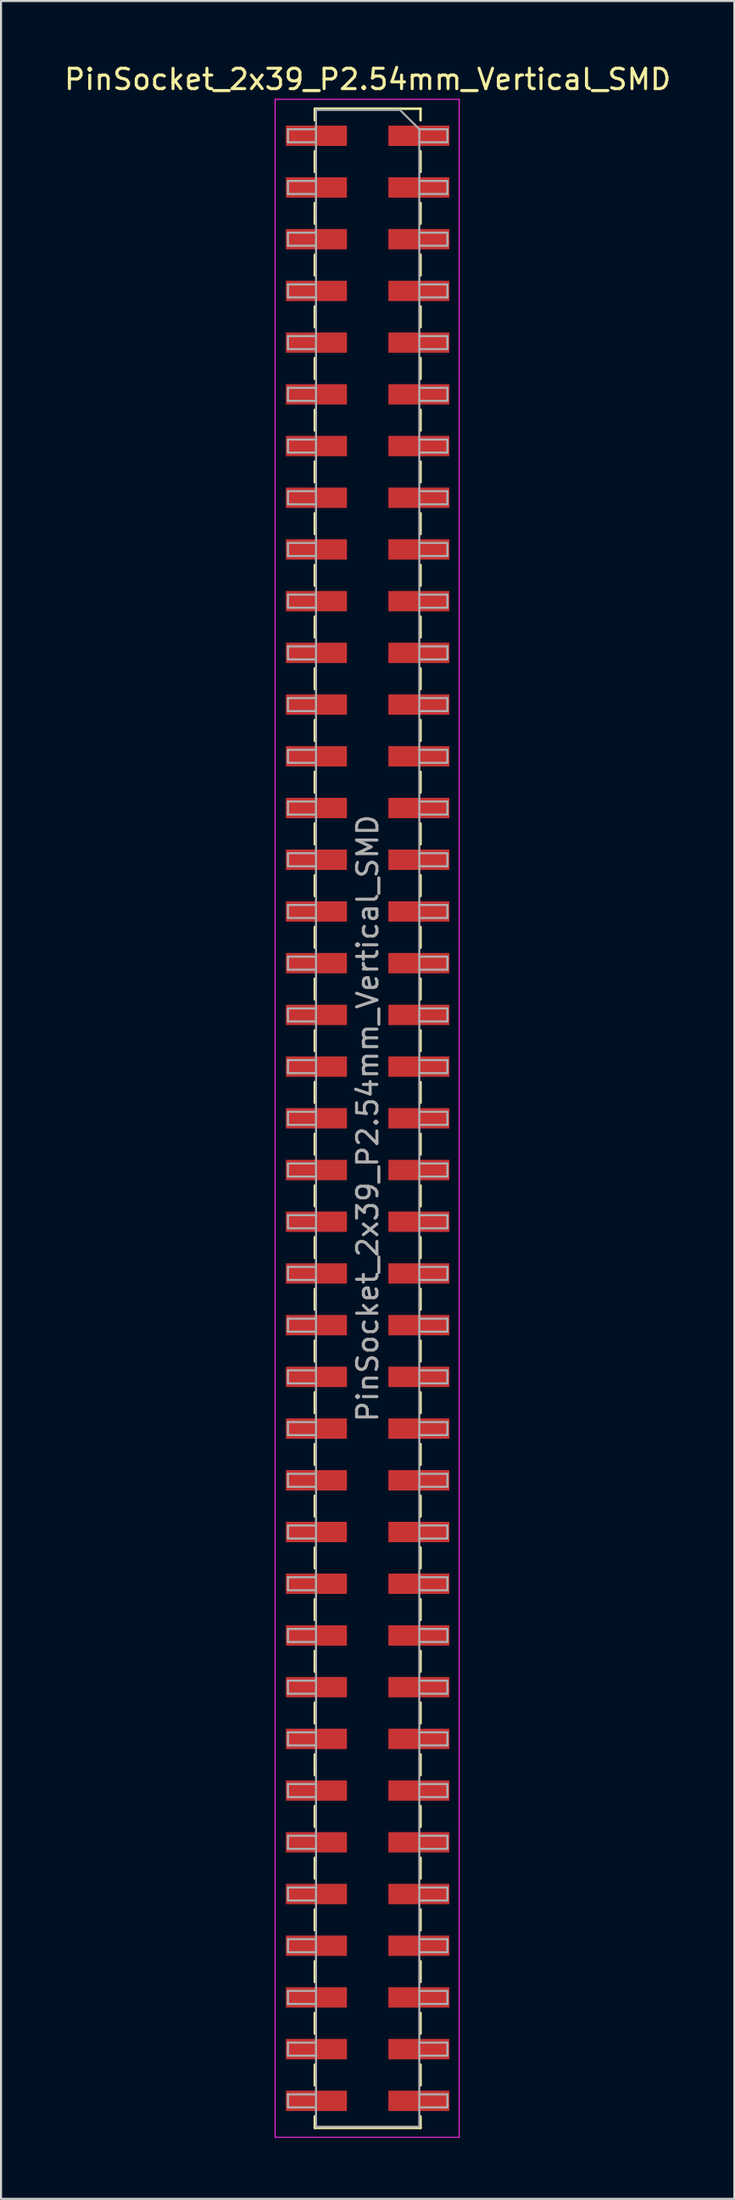
<source format=kicad_pcb>
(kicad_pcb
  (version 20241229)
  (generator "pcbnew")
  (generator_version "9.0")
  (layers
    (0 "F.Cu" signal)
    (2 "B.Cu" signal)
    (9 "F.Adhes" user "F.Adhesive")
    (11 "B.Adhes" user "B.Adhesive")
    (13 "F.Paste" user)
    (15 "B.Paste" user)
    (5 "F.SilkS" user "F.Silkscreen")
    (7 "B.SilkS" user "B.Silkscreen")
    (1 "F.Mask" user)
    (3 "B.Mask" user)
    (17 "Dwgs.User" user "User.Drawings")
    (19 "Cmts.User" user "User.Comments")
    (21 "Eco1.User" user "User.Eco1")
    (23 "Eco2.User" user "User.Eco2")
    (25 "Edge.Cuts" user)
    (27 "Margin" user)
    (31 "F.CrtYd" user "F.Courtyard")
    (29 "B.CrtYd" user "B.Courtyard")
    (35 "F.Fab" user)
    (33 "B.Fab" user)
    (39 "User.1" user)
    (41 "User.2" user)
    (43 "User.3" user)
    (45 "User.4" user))
  (footprint "PinSocket_2x39_P2.54mm_Vertical_SMD"
    (layer "F.Cu")
    (at 15.03 51.878)
    (property "Reference" "PinSocket_2x39_P2.54mm_Vertical_SMD" (at 0 -51.03 0) (layer "F.SilkS") (effects (font (size 1 1) (thickness 0.15))))
    (attr smd)
    (fp_line (start -2.6 -49.59) (end -2.6 -49.02) (stroke (width 0.12) (type solid)) (layer "F.SilkS"))
    (fp_line (start -2.6 -49.59) (end 2.6 -49.59) (stroke (width 0.12) (type solid)) (layer "F.SilkS"))
    (fp_line (start -2.6 -47.5) (end -2.6 -46.48) (stroke (width 0.12) (type solid)) (layer "F.SilkS"))
    (fp_line (start -2.6 -44.96) (end -2.6 -43.94) (stroke (width 0.12) (type solid)) (layer "F.SilkS"))
    (fp_line (start -2.6 -42.42) (end -2.6 -41.4) (stroke (width 0.12) (type solid)) (layer "F.SilkS"))
    (fp_line (start -2.6 -39.88) (end -2.6 -38.86) (stroke (width 0.12) (type solid)) (layer "F.SilkS"))
    (fp_line (start -2.6 -37.34) (end -2.6 -36.32) (stroke (width 0.12) (type solid)) (layer "F.SilkS"))
    (fp_line (start -2.6 -34.8) (end -2.6 -33.78) (stroke (width 0.12) (type solid)) (layer "F.SilkS"))
    (fp_line (start -2.6 -32.26) (end -2.6 -31.24) (stroke (width 0.12) (type solid)) (layer "F.SilkS"))
    (fp_line (start -2.6 -29.72) (end -2.6 -28.7) (stroke (width 0.12) (type solid)) (layer "F.SilkS"))
    (fp_line (start -2.6 -27.18) (end -2.6 -26.16) (stroke (width 0.12) (type solid)) (layer "F.SilkS"))
    (fp_line (start -2.6 -24.64) (end -2.6 -23.62) (stroke (width 0.12) (type solid)) (layer "F.SilkS"))
    (fp_line (start -2.6 -22.1) (end -2.6 -21.08) (stroke (width 0.12) (type solid)) (layer "F.SilkS"))
    (fp_line (start -2.6 -19.56) (end -2.6 -18.54) (stroke (width 0.12) (type solid)) (layer "F.SilkS"))
    (fp_line (start -2.6 -17.02) (end -2.6 -16) (stroke (width 0.12) (type solid)) (layer "F.SilkS"))
    (fp_line (start -2.6 -14.48) (end -2.6 -13.46) (stroke (width 0.12) (type solid)) (layer "F.SilkS"))
    (fp_line (start -2.6 -11.94) (end -2.6 -10.92) (stroke (width 0.12) (type solid)) (layer "F.SilkS"))
    (fp_line (start -2.6 -9.4) (end -2.6 -8.38) (stroke (width 0.12) (type solid)) (layer "F.SilkS"))
    (fp_line (start -2.6 -6.86) (end -2.6 -5.84) (stroke (width 0.12) (type solid)) (layer "F.SilkS"))
    (fp_line (start -2.6 -4.32) (end -2.6 -3.3) (stroke (width 0.12) (type solid)) (layer "F.SilkS"))
    (fp_line (start -2.6 -1.78) (end -2.6 -0.76) (stroke (width 0.12) (type solid)) (layer "F.SilkS"))
    (fp_line (start -2.6 0.76) (end -2.6 1.78) (stroke (width 0.12) (type solid)) (layer "F.SilkS"))
    (fp_line (start -2.6 3.3) (end -2.6 4.32) (stroke (width 0.12) (type solid)) (layer "F.SilkS"))
    (fp_line (start -2.6 5.84) (end -2.6 6.86) (stroke (width 0.12) (type solid)) (layer "F.SilkS"))
    (fp_line (start -2.6 8.38) (end -2.6 9.4) (stroke (width 0.12) (type solid)) (layer "F.SilkS"))
    (fp_line (start -2.6 10.92) (end -2.6 11.94) (stroke (width 0.12) (type solid)) (layer "F.SilkS"))
    (fp_line (start -2.6 13.46) (end -2.6 14.48) (stroke (width 0.12) (type solid)) (layer "F.SilkS"))
    (fp_line (start -2.6 16) (end -2.6 17.02) (stroke (width 0.12) (type solid)) (layer "F.SilkS"))
    (fp_line (start -2.6 18.54) (end -2.6 19.56) (stroke (width 0.12) (type solid)) (layer "F.SilkS"))
    (fp_line (start -2.6 21.08) (end -2.6 22.1) (stroke (width 0.12) (type solid)) (layer "F.SilkS"))
    (fp_line (start -2.6 23.62) (end -2.6 24.64) (stroke (width 0.12) (type solid)) (layer "F.SilkS"))
    (fp_line (start -2.6 26.16) (end -2.6 27.18) (stroke (width 0.12) (type solid)) (layer "F.SilkS"))
    (fp_line (start -2.6 28.7) (end -2.6 29.72) (stroke (width 0.12) (type solid)) (layer "F.SilkS"))
    (fp_line (start -2.6 31.24) (end -2.6 32.26) (stroke (width 0.12) (type solid)) (layer "F.SilkS"))
    (fp_line (start -2.6 33.78) (end -2.6 34.8) (stroke (width 0.12) (type solid)) (layer "F.SilkS"))
    (fp_line (start -2.6 36.32) (end -2.6 37.34) (stroke (width 0.12) (type solid)) (layer "F.SilkS"))
    (fp_line (start -2.6 38.86) (end -2.6 39.88) (stroke (width 0.12) (type solid)) (layer "F.SilkS"))
    (fp_line (start -2.6 41.4) (end -2.6 42.42) (stroke (width 0.12) (type solid)) (layer "F.SilkS"))
    (fp_line (start -2.6 43.94) (end -2.6 44.96) (stroke (width 0.12) (type solid)) (layer "F.SilkS"))
    (fp_line (start -2.6 46.48) (end -2.6 47.5) (stroke (width 0.12) (type solid)) (layer "F.SilkS"))
    (fp_line (start -2.6 49.02) (end -2.6 49.59) (stroke (width 0.12) (type solid)) (layer "F.SilkS"))
    (fp_line (start -2.6 49.59) (end 2.6 49.59) (stroke (width 0.12) (type solid)) (layer "F.SilkS"))
    (fp_line (start 2.6 -49.59) (end 2.6 -49.02) (stroke (width 0.12) (type solid)) (layer "F.SilkS"))
    (fp_line (start 2.6 -47.5) (end 2.6 -46.48) (stroke (width 0.12) (type solid)) (layer "F.SilkS"))
    (fp_line (start 2.6 -44.96) (end 2.6 -43.94) (stroke (width 0.12) (type solid)) (layer "F.SilkS"))
    (fp_line (start 2.6 -42.42) (end 2.6 -41.4) (stroke (width 0.12) (type solid)) (layer "F.SilkS"))
    (fp_line (start 2.6 -39.88) (end 2.6 -38.86) (stroke (width 0.12) (type solid)) (layer "F.SilkS"))
    (fp_line (start 2.6 -37.34) (end 2.6 -36.32) (stroke (width 0.12) (type solid)) (layer "F.SilkS"))
    (fp_line (start 2.6 -34.8) (end 2.6 -33.78) (stroke (width 0.12) (type solid)) (layer "F.SilkS"))
    (fp_line (start 2.6 -32.26) (end 2.6 -31.24) (stroke (width 0.12) (type solid)) (layer "F.SilkS"))
    (fp_line (start 2.6 -29.72) (end 2.6 -28.7) (stroke (width 0.12) (type solid)) (layer "F.SilkS"))
    (fp_line (start 2.6 -27.18) (end 2.6 -26.16) (stroke (width 0.12) (type solid)) (layer "F.SilkS"))
    (fp_line (start 2.6 -24.64) (end 2.6 -23.62) (stroke (width 0.12) (type solid)) (layer "F.SilkS"))
    (fp_line (start 2.6 -22.1) (end 2.6 -21.08) (stroke (width 0.12) (type solid)) (layer "F.SilkS"))
    (fp_line (start 2.6 -19.56) (end 2.6 -18.54) (stroke (width 0.12) (type solid)) (layer "F.SilkS"))
    (fp_line (start 2.6 -17.02) (end 2.6 -16) (stroke (width 0.12) (type solid)) (layer "F.SilkS"))
    (fp_line (start 2.6 -14.48) (end 2.6 -13.46) (stroke (width 0.12) (type solid)) (layer "F.SilkS"))
    (fp_line (start 2.6 -11.94) (end 2.6 -10.92) (stroke (width 0.12) (type solid)) (layer "F.SilkS"))
    (fp_line (start 2.6 -9.4) (end 2.6 -8.38) (stroke (width 0.12) (type solid)) (layer "F.SilkS"))
    (fp_line (start 2.6 -6.86) (end 2.6 -5.84) (stroke (width 0.12) (type solid)) (layer "F.SilkS"))
    (fp_line (start 2.6 -4.32) (end 2.6 -3.3) (stroke (width 0.12) (type solid)) (layer "F.SilkS"))
    (fp_line (start 2.6 -1.78) (end 2.6 -0.76) (stroke (width 0.12) (type solid)) (layer "F.SilkS"))
    (fp_line (start 2.6 0.76) (end 2.6 1.78) (stroke (width 0.12) (type solid)) (layer "F.SilkS"))
    (fp_line (start 2.6 3.3) (end 2.6 4.32) (stroke (width 0.12) (type solid)) (layer "F.SilkS"))
    (fp_line (start 2.6 5.84) (end 2.6 6.86) (stroke (width 0.12) (type solid)) (layer "F.SilkS"))
    (fp_line (start 2.6 8.38) (end 2.6 9.4) (stroke (width 0.12) (type solid)) (layer "F.SilkS"))
    (fp_line (start 2.6 10.92) (end 2.6 11.94) (stroke (width 0.12) (type solid)) (layer "F.SilkS"))
    (fp_line (start 2.6 13.46) (end 2.6 14.48) (stroke (width 0.12) (type solid)) (layer "F.SilkS"))
    (fp_line (start 2.6 16) (end 2.6 17.02) (stroke (width 0.12) (type solid)) (layer "F.SilkS"))
    (fp_line (start 2.6 18.54) (end 2.6 19.56) (stroke (width 0.12) (type solid)) (layer "F.SilkS"))
    (fp_line (start 2.6 21.08) (end 2.6 22.1) (stroke (width 0.12) (type solid)) (layer "F.SilkS"))
    (fp_line (start 2.6 23.62) (end 2.6 24.64) (stroke (width 0.12) (type solid)) (layer "F.SilkS"))
    (fp_line (start 2.6 26.16) (end 2.6 27.18) (stroke (width 0.12) (type solid)) (layer "F.SilkS"))
    (fp_line (start 2.6 28.7) (end 2.6 29.72) (stroke (width 0.12) (type solid)) (layer "F.SilkS"))
    (fp_line (start 2.6 31.24) (end 2.6 32.26) (stroke (width 0.12) (type solid)) (layer "F.SilkS"))
    (fp_line (start 2.6 33.78) (end 2.6 34.8) (stroke (width 0.12) (type solid)) (layer "F.SilkS"))
    (fp_line (start 2.6 36.32) (end 2.6 37.34) (stroke (width 0.12) (type solid)) (layer "F.SilkS"))
    (fp_line (start 2.6 38.86) (end 2.6 39.88) (stroke (width 0.12) (type solid)) (layer "F.SilkS"))
    (fp_line (start 2.6 41.4) (end 2.6 42.42) (stroke (width 0.12) (type solid)) (layer "F.SilkS"))
    (fp_line (start 2.6 43.94) (end 2.6 44.96) (stroke (width 0.12) (type solid)) (layer "F.SilkS"))
    (fp_line (start 2.6 46.48) (end 2.6 47.5) (stroke (width 0.12) (type solid)) (layer "F.SilkS"))
    (fp_line (start 2.6 49.02) (end 2.6 49.59) (stroke (width 0.12) (type solid)) (layer "F.SilkS"))
    (fp_line (start -4.55 -50.05) (end 4.5 -50.05) (stroke (width 0.05) (type solid)) (layer "F.CrtYd"))
    (fp_line (start -4.55 50.05) (end -4.55 -50.05) (stroke (width 0.05) (type solid)) (layer "F.CrtYd"))
    (fp_line (start 4.5 -50.05) (end 4.5 50.05) (stroke (width 0.05) (type solid)) (layer "F.CrtYd"))
    (fp_line (start 4.5 50.05) (end -4.55 50.05) (stroke (width 0.05) (type solid)) (layer "F.CrtYd"))
    (fp_line (start -3.92 -48.58) (end -2.54 -48.58) (stroke (width 0.1) (type solid)) (layer "F.Fab"))
    (fp_line (start -3.92 -47.94) (end -3.92 -48.58) (stroke (width 0.1) (type solid)) (layer "F.Fab"))
    (fp_line (start -3.92 -46.04) (end -2.54 -46.04) (stroke (width 0.1) (type solid)) (layer "F.Fab"))
    (fp_line (start -3.92 -45.4) (end -3.92 -46.04) (stroke (width 0.1) (type solid)) (layer "F.Fab"))
    (fp_line (start -3.92 -43.5) (end -2.54 -43.5) (stroke (width 0.1) (type solid)) (layer "F.Fab"))
    (fp_line (start -3.92 -42.86) (end -3.92 -43.5) (stroke (width 0.1) (type solid)) (layer "F.Fab"))
    (fp_line (start -3.92 -40.96) (end -2.54 -40.96) (stroke (width 0.1) (type solid)) (layer "F.Fab"))
    (fp_line (start -3.92 -40.32) (end -3.92 -40.96) (stroke (width 0.1) (type solid)) (layer "F.Fab"))
    (fp_line (start -3.92 -38.42) (end -2.54 -38.42) (stroke (width 0.1) (type solid)) (layer "F.Fab"))
    (fp_line (start -3.92 -37.78) (end -3.92 -38.42) (stroke (width 0.1) (type solid)) (layer "F.Fab"))
    (fp_line (start -3.92 -35.88) (end -2.54 -35.88) (stroke (width 0.1) (type solid)) (layer "F.Fab"))
    (fp_line (start -3.92 -35.24) (end -3.92 -35.88) (stroke (width 0.1) (type solid)) (layer "F.Fab"))
    (fp_line (start -3.92 -33.34) (end -2.54 -33.34) (stroke (width 0.1) (type solid)) (layer "F.Fab"))
    (fp_line (start -3.92 -32.7) (end -3.92 -33.34) (stroke (width 0.1) (type solid)) (layer "F.Fab"))
    (fp_line (start -3.92 -30.8) (end -2.54 -30.8) (stroke (width 0.1) (type solid)) (layer "F.Fab"))
    (fp_line (start -3.92 -30.16) (end -3.92 -30.8) (stroke (width 0.1) (type solid)) (layer "F.Fab"))
    (fp_line (start -3.92 -28.26) (end -2.54 -28.26) (stroke (width 0.1) (type solid)) (layer "F.Fab"))
    (fp_line (start -3.92 -27.62) (end -3.92 -28.26) (stroke (width 0.1) (type solid)) (layer "F.Fab"))
    (fp_line (start -3.92 -25.72) (end -2.54 -25.72) (stroke (width 0.1) (type solid)) (layer "F.Fab"))
    (fp_line (start -3.92 -25.08) (end -3.92 -25.72) (stroke (width 0.1) (type solid)) (layer "F.Fab"))
    (fp_line (start -3.92 -23.18) (end -2.54 -23.18) (stroke (width 0.1) (type solid)) (layer "F.Fab"))
    (fp_line (start -3.92 -22.54) (end -3.92 -23.18) (stroke (width 0.1) (type solid)) (layer "F.Fab"))
    (fp_line (start -3.92 -20.64) (end -2.54 -20.64) (stroke (width 0.1) (type solid)) (layer "F.Fab"))
    (fp_line (start -3.92 -20) (end -3.92 -20.64) (stroke (width 0.1) (type solid)) (layer "F.Fab"))
    (fp_line (start -3.92 -18.1) (end -2.54 -18.1) (stroke (width 0.1) (type solid)) (layer "F.Fab"))
    (fp_line (start -3.92 -17.46) (end -3.92 -18.1) (stroke (width 0.1) (type solid)) (layer "F.Fab"))
    (fp_line (start -3.92 -15.56) (end -2.54 -15.56) (stroke (width 0.1) (type solid)) (layer "F.Fab"))
    (fp_line (start -3.92 -14.92) (end -3.92 -15.56) (stroke (width 0.1) (type solid)) (layer "F.Fab"))
    (fp_line (start -3.92 -13.02) (end -2.54 -13.02) (stroke (width 0.1) (type solid)) (layer "F.Fab"))
    (fp_line (start -3.92 -12.38) (end -3.92 -13.02) (stroke (width 0.1) (type solid)) (layer "F.Fab"))
    (fp_line (start -3.92 -10.48) (end -2.54 -10.48) (stroke (width 0.1) (type solid)) (layer "F.Fab"))
    (fp_line (start -3.92 -9.84) (end -3.92 -10.48) (stroke (width 0.1) (type solid)) (layer "F.Fab"))
    (fp_line (start -3.92 -7.94) (end -2.54 -7.94) (stroke (width 0.1) (type solid)) (layer "F.Fab"))
    (fp_line (start -3.92 -7.3) (end -3.92 -7.94) (stroke (width 0.1) (type solid)) (layer "F.Fab"))
    (fp_line (start -3.92 -5.4) (end -2.54 -5.4) (stroke (width 0.1) (type solid)) (layer "F.Fab"))
    (fp_line (start -3.92 -4.76) (end -3.92 -5.4) (stroke (width 0.1) (type solid)) (layer "F.Fab"))
    (fp_line (start -3.92 -2.86) (end -2.54 -2.86) (stroke (width 0.1) (type solid)) (layer "F.Fab"))
    (fp_line (start -3.92 -2.22) (end -3.92 -2.86) (stroke (width 0.1) (type solid)) (layer "F.Fab"))
    (fp_line (start -3.92 -0.32) (end -2.54 -0.32) (stroke (width 0.1) (type solid)) (layer "F.Fab"))
    (fp_line (start -3.92 0.32) (end -3.92 -0.32) (stroke (width 0.1) (type solid)) (layer "F.Fab"))
    (fp_line (start -3.92 2.22) (end -2.54 2.22) (stroke (width 0.1) (type solid)) (layer "F.Fab"))
    (fp_line (start -3.92 2.86) (end -3.92 2.22) (stroke (width 0.1) (type solid)) (layer "F.Fab"))
    (fp_line (start -3.92 4.76) (end -2.54 4.76) (stroke (width 0.1) (type solid)) (layer "F.Fab"))
    (fp_line (start -3.92 5.4) (end -3.92 4.76) (stroke (width 0.1) (type solid)) (layer "F.Fab"))
    (fp_line (start -3.92 7.3) (end -2.54 7.3) (stroke (width 0.1) (type solid)) (layer "F.Fab"))
    (fp_line (start -3.92 7.94) (end -3.92 7.3) (stroke (width 0.1) (type solid)) (layer "F.Fab"))
    (fp_line (start -3.92 9.84) (end -2.54 9.84) (stroke (width 0.1) (type solid)) (layer "F.Fab"))
    (fp_line (start -3.92 10.48) (end -3.92 9.84) (stroke (width 0.1) (type solid)) (layer "F.Fab"))
    (fp_line (start -3.92 12.38) (end -2.54 12.38) (stroke (width 0.1) (type solid)) (layer "F.Fab"))
    (fp_line (start -3.92 13.02) (end -3.92 12.38) (stroke (width 0.1) (type solid)) (layer "F.Fab"))
    (fp_line (start -3.92 14.92) (end -2.54 14.92) (stroke (width 0.1) (type solid)) (layer "F.Fab"))
    (fp_line (start -3.92 15.56) (end -3.92 14.92) (stroke (width 0.1) (type solid)) (layer "F.Fab"))
    (fp_line (start -3.92 17.46) (end -2.54 17.46) (stroke (width 0.1) (type solid)) (layer "F.Fab"))
    (fp_line (start -3.92 18.1) (end -3.92 17.46) (stroke (width 0.1) (type solid)) (layer "F.Fab"))
    (fp_line (start -3.92 20) (end -2.54 20) (stroke (width 0.1) (type solid)) (layer "F.Fab"))
    (fp_line (start -3.92 20.64) (end -3.92 20) (stroke (width 0.1) (type solid)) (layer "F.Fab"))
    (fp_line (start -3.92 22.54) (end -2.54 22.54) (stroke (width 0.1) (type solid)) (layer "F.Fab"))
    (fp_line (start -3.92 23.18) (end -3.92 22.54) (stroke (width 0.1) (type solid)) (layer "F.Fab"))
    (fp_line (start -3.92 25.08) (end -2.54 25.08) (stroke (width 0.1) (type solid)) (layer "F.Fab"))
    (fp_line (start -3.92 25.72) (end -3.92 25.08) (stroke (width 0.1) (type solid)) (layer "F.Fab"))
    (fp_line (start -3.92 27.62) (end -2.54 27.62) (stroke (width 0.1) (type solid)) (layer "F.Fab"))
    (fp_line (start -3.92 28.26) (end -3.92 27.62) (stroke (width 0.1) (type solid)) (layer "F.Fab"))
    (fp_line (start -3.92 30.16) (end -2.54 30.16) (stroke (width 0.1) (type solid)) (layer "F.Fab"))
    (fp_line (start -3.92 30.8) (end -3.92 30.16) (stroke (width 0.1) (type solid)) (layer "F.Fab"))
    (fp_line (start -3.92 32.7) (end -2.54 32.7) (stroke (width 0.1) (type solid)) (layer "F.Fab"))
    (fp_line (start -3.92 33.34) (end -3.92 32.7) (stroke (width 0.1) (type solid)) (layer "F.Fab"))
    (fp_line (start -3.92 35.24) (end -2.54 35.24) (stroke (width 0.1) (type solid)) (layer "F.Fab"))
    (fp_line (start -3.92 35.88) (end -3.92 35.24) (stroke (width 0.1) (type solid)) (layer "F.Fab"))
    (fp_line (start -3.92 37.78) (end -2.54 37.78) (stroke (width 0.1) (type solid)) (layer "F.Fab"))
    (fp_line (start -3.92 38.42) (end -3.92 37.78) (stroke (width 0.1) (type solid)) (layer "F.Fab"))
    (fp_line (start -3.92 40.32) (end -2.54 40.32) (stroke (width 0.1) (type solid)) (layer "F.Fab"))
    (fp_line (start -3.92 40.96) (end -3.92 40.32) (stroke (width 0.1) (type solid)) (layer "F.Fab"))
    (fp_line (start -3.92 42.86) (end -2.54 42.86) (stroke (width 0.1) (type solid)) (layer "F.Fab"))
    (fp_line (start -3.92 43.5) (end -3.92 42.86) (stroke (width 0.1) (type solid)) (layer "F.Fab"))
    (fp_line (start -3.92 45.4) (end -2.54 45.4) (stroke (width 0.1) (type solid)) (layer "F.Fab"))
    (fp_line (start -3.92 46.04) (end -3.92 45.4) (stroke (width 0.1) (type solid)) (layer "F.Fab"))
    (fp_line (start -3.92 47.94) (end -2.54 47.94) (stroke (width 0.1) (type solid)) (layer "F.Fab"))
    (fp_line (start -3.92 48.58) (end -3.92 47.94) (stroke (width 0.1) (type solid)) (layer "F.Fab"))
    (fp_line (start -2.54 -49.53) (end 1.59 -49.53) (stroke (width 0.1) (type solid)) (layer "F.Fab"))
    (fp_line (start -2.54 -47.94) (end -3.92 -47.94) (stroke (width 0.1) (type solid)) (layer "F.Fab"))
    (fp_line (start -2.54 -45.4) (end -3.92 -45.4) (stroke (width 0.1) (type solid)) (layer "F.Fab"))
    (fp_line (start -2.54 -42.86) (end -3.92 -42.86) (stroke (width 0.1) (type solid)) (layer "F.Fab"))
    (fp_line (start -2.54 -40.32) (end -3.92 -40.32) (stroke (width 0.1) (type solid)) (layer "F.Fab"))
    (fp_line (start -2.54 -37.78) (end -3.92 -37.78) (stroke (width 0.1) (type solid)) (layer "F.Fab"))
    (fp_line (start -2.54 -35.24) (end -3.92 -35.24) (stroke (width 0.1) (type solid)) (layer "F.Fab"))
    (fp_line (start -2.54 -32.7) (end -3.92 -32.7) (stroke (width 0.1) (type solid)) (layer "F.Fab"))
    (fp_line (start -2.54 -30.16) (end -3.92 -30.16) (stroke (width 0.1) (type solid)) (layer "F.Fab"))
    (fp_line (start -2.54 -27.62) (end -3.92 -27.62) (stroke (width 0.1) (type solid)) (layer "F.Fab"))
    (fp_line (start -2.54 -25.08) (end -3.92 -25.08) (stroke (width 0.1) (type solid)) (layer "F.Fab"))
    (fp_line (start -2.54 -22.54) (end -3.92 -22.54) (stroke (width 0.1) (type solid)) (layer "F.Fab"))
    (fp_line (start -2.54 -20) (end -3.92 -20) (stroke (width 0.1) (type solid)) (layer "F.Fab"))
    (fp_line (start -2.54 -17.46) (end -3.92 -17.46) (stroke (width 0.1) (type solid)) (layer "F.Fab"))
    (fp_line (start -2.54 -14.92) (end -3.92 -14.92) (stroke (width 0.1) (type solid)) (layer "F.Fab"))
    (fp_line (start -2.54 -12.38) (end -3.92 -12.38) (stroke (width 0.1) (type solid)) (layer "F.Fab"))
    (fp_line (start -2.54 -9.84) (end -3.92 -9.84) (stroke (width 0.1) (type solid)) (layer "F.Fab"))
    (fp_line (start -2.54 -7.3) (end -3.92 -7.3) (stroke (width 0.1) (type solid)) (layer "F.Fab"))
    (fp_line (start -2.54 -4.76) (end -3.92 -4.76) (stroke (width 0.1) (type solid)) (layer "F.Fab"))
    (fp_line (start -2.54 -2.22) (end -3.92 -2.22) (stroke (width 0.1) (type solid)) (layer "F.Fab"))
    (fp_line (start -2.54 0.32) (end -3.92 0.32) (stroke (width 0.1) (type solid)) (layer "F.Fab"))
    (fp_line (start -2.54 2.86) (end -3.92 2.86) (stroke (width 0.1) (type solid)) (layer "F.Fab"))
    (fp_line (start -2.54 5.4) (end -3.92 5.4) (stroke (width 0.1) (type solid)) (layer "F.Fab"))
    (fp_line (start -2.54 7.94) (end -3.92 7.94) (stroke (width 0.1) (type solid)) (layer "F.Fab"))
    (fp_line (start -2.54 10.48) (end -3.92 10.48) (stroke (width 0.1) (type solid)) (layer "F.Fab"))
    (fp_line (start -2.54 13.02) (end -3.92 13.02) (stroke (width 0.1) (type solid)) (layer "F.Fab"))
    (fp_line (start -2.54 15.56) (end -3.92 15.56) (stroke (width 0.1) (type solid)) (layer "F.Fab"))
    (fp_line (start -2.54 18.1) (end -3.92 18.1) (stroke (width 0.1) (type solid)) (layer "F.Fab"))
    (fp_line (start -2.54 20.64) (end -3.92 20.64) (stroke (width 0.1) (type solid)) (layer "F.Fab"))
    (fp_line (start -2.54 23.18) (end -3.92 23.18) (stroke (width 0.1) (type solid)) (layer "F.Fab"))
    (fp_line (start -2.54 25.72) (end -3.92 25.72) (stroke (width 0.1) (type solid)) (layer "F.Fab"))
    (fp_line (start -2.54 28.26) (end -3.92 28.26) (stroke (width 0.1) (type solid)) (layer "F.Fab"))
    (fp_line (start -2.54 30.8) (end -3.92 30.8) (stroke (width 0.1) (type solid)) (layer "F.Fab"))
    (fp_line (start -2.54 33.34) (end -3.92 33.34) (stroke (width 0.1) (type solid)) (layer "F.Fab"))
    (fp_line (start -2.54 35.88) (end -3.92 35.88) (stroke (width 0.1) (type solid)) (layer "F.Fab"))
    (fp_line (start -2.54 38.42) (end -3.92 38.42) (stroke (width 0.1) (type solid)) (layer "F.Fab"))
    (fp_line (start -2.54 40.96) (end -3.92 40.96) (stroke (width 0.1) (type solid)) (layer "F.Fab"))
    (fp_line (start -2.54 43.5) (end -3.92 43.5) (stroke (width 0.1) (type solid)) (layer "F.Fab"))
    (fp_line (start -2.54 46.04) (end -3.92 46.04) (stroke (width 0.1) (type solid)) (layer "F.Fab"))
    (fp_line (start -2.54 48.58) (end -3.92 48.58) (stroke (width 0.1) (type solid)) (layer "F.Fab"))
    (fp_line (start -2.54 49.53) (end -2.54 -49.53) (stroke (width 0.1) (type solid)) (layer "F.Fab"))
    (fp_line (start 1.59 -49.53) (end 2.54 -48.58) (stroke (width 0.1) (type solid)) (layer "F.Fab"))
    (fp_line (start 2.54 -48.58) (end 2.54 49.53) (stroke (width 0.1) (type solid)) (layer "F.Fab"))
    (fp_line (start 2.54 -48.58) (end 3.92 -48.58) (stroke (width 0.1) (type solid)) (layer "F.Fab"))
    (fp_line (start 2.54 -46.04) (end 3.92 -46.04) (stroke (width 0.1) (type solid)) (layer "F.Fab"))
    (fp_line (start 2.54 -43.5) (end 3.92 -43.5) (stroke (width 0.1) (type solid)) (layer "F.Fab"))
    (fp_line (start 2.54 -40.96) (end 3.92 -40.96) (stroke (width 0.1) (type solid)) (layer "F.Fab"))
    (fp_line (start 2.54 -38.42) (end 3.92 -38.42) (stroke (width 0.1) (type solid)) (layer "F.Fab"))
    (fp_line (start 2.54 -35.88) (end 3.92 -35.88) (stroke (width 0.1) (type solid)) (layer "F.Fab"))
    (fp_line (start 2.54 -33.34) (end 3.92 -33.34) (stroke (width 0.1) (type solid)) (layer "F.Fab"))
    (fp_line (start 2.54 -30.8) (end 3.92 -30.8) (stroke (width 0.1) (type solid)) (layer "F.Fab"))
    (fp_line (start 2.54 -28.26) (end 3.92 -28.26) (stroke (width 0.1) (type solid)) (layer "F.Fab"))
    (fp_line (start 2.54 -25.72) (end 3.92 -25.72) (stroke (width 0.1) (type solid)) (layer "F.Fab"))
    (fp_line (start 2.54 -23.18) (end 3.92 -23.18) (stroke (width 0.1) (type solid)) (layer "F.Fab"))
    (fp_line (start 2.54 -20.64) (end 3.92 -20.64) (stroke (width 0.1) (type solid)) (layer "F.Fab"))
    (fp_line (start 2.54 -18.1) (end 3.92 -18.1) (stroke (width 0.1) (type solid)) (layer "F.Fab"))
    (fp_line (start 2.54 -15.56) (end 3.92 -15.56) (stroke (width 0.1) (type solid)) (layer "F.Fab"))
    (fp_line (start 2.54 -13.02) (end 3.92 -13.02) (stroke (width 0.1) (type solid)) (layer "F.Fab"))
    (fp_line (start 2.54 -10.48) (end 3.92 -10.48) (stroke (width 0.1) (type solid)) (layer "F.Fab"))
    (fp_line (start 2.54 -7.94) (end 3.92 -7.94) (stroke (width 0.1) (type solid)) (layer "F.Fab"))
    (fp_line (start 2.54 -5.4) (end 3.92 -5.4) (stroke (width 0.1) (type solid)) (layer "F.Fab"))
    (fp_line (start 2.54 -2.86) (end 3.92 -2.86) (stroke (width 0.1) (type solid)) (layer "F.Fab"))
    (fp_line (start 2.54 -0.32) (end 3.92 -0.32) (stroke (width 0.1) (type solid)) (layer "F.Fab"))
    (fp_line (start 2.54 2.22) (end 3.92 2.22) (stroke (width 0.1) (type solid)) (layer "F.Fab"))
    (fp_line (start 2.54 4.76) (end 3.92 4.76) (stroke (width 0.1) (type solid)) (layer "F.Fab"))
    (fp_line (start 2.54 7.3) (end 3.92 7.3) (stroke (width 0.1) (type solid)) (layer "F.Fab"))
    (fp_line (start 2.54 9.84) (end 3.92 9.84) (stroke (width 0.1) (type solid)) (layer "F.Fab"))
    (fp_line (start 2.54 12.38) (end 3.92 12.38) (stroke (width 0.1) (type solid)) (layer "F.Fab"))
    (fp_line (start 2.54 14.92) (end 3.92 14.92) (stroke (width 0.1) (type solid)) (layer "F.Fab"))
    (fp_line (start 2.54 17.46) (end 3.92 17.46) (stroke (width 0.1) (type solid)) (layer "F.Fab"))
    (fp_line (start 2.54 20) (end 3.92 20) (stroke (width 0.1) (type solid)) (layer "F.Fab"))
    (fp_line (start 2.54 22.54) (end 3.92 22.54) (stroke (width 0.1) (type solid)) (layer "F.Fab"))
    (fp_line (start 2.54 25.08) (end 3.92 25.08) (stroke (width 0.1) (type solid)) (layer "F.Fab"))
    (fp_line (start 2.54 27.62) (end 3.92 27.62) (stroke (width 0.1) (type solid)) (layer "F.Fab"))
    (fp_line (start 2.54 30.16) (end 3.92 30.16) (stroke (width 0.1) (type solid)) (layer "F.Fab"))
    (fp_line (start 2.54 32.7) (end 3.92 32.7) (stroke (width 0.1) (type solid)) (layer "F.Fab"))
    (fp_line (start 2.54 35.24) (end 3.92 35.24) (stroke (width 0.1) (type solid)) (layer "F.Fab"))
    (fp_line (start 2.54 37.78) (end 3.92 37.78) (stroke (width 0.1) (type solid)) (layer "F.Fab"))
    (fp_line (start 2.54 40.32) (end 3.92 40.32) (stroke (width 0.1) (type solid)) (layer "F.Fab"))
    (fp_line (start 2.54 42.86) (end 3.92 42.86) (stroke (width 0.1) (type solid)) (layer "F.Fab"))
    (fp_line (start 2.54 45.4) (end 3.92 45.4) (stroke (width 0.1) (type solid)) (layer "F.Fab"))
    (fp_line (start 2.54 47.94) (end 3.92 47.94) (stroke (width 0.1) (type solid)) (layer "F.Fab"))
    (fp_line (start 2.54 49.53) (end -2.54 49.53) (stroke (width 0.1) (type solid)) (layer "F.Fab"))
    (fp_line (start 3.92 -48.58) (end 3.92 -47.94) (stroke (width 0.1) (type solid)) (layer "F.Fab"))
    (fp_line (start 3.92 -47.94) (end 2.54 -47.94) (stroke (width 0.1) (type solid)) (layer "F.Fab"))
    (fp_line (start 3.92 -46.04) (end 3.92 -45.4) (stroke (width 0.1) (type solid)) (layer "F.Fab"))
    (fp_line (start 3.92 -45.4) (end 2.54 -45.4) (stroke (width 0.1) (type solid)) (layer "F.Fab"))
    (fp_line (start 3.92 -43.5) (end 3.92 -42.86) (stroke (width 0.1) (type solid)) (layer "F.Fab"))
    (fp_line (start 3.92 -42.86) (end 2.54 -42.86) (stroke (width 0.1) (type solid)) (layer "F.Fab"))
    (fp_line (start 3.92 -40.96) (end 3.92 -40.32) (stroke (width 0.1) (type solid)) (layer "F.Fab"))
    (fp_line (start 3.92 -40.32) (end 2.54 -40.32) (stroke (width 0.1) (type solid)) (layer "F.Fab"))
    (fp_line (start 3.92 -38.42) (end 3.92 -37.78) (stroke (width 0.1) (type solid)) (layer "F.Fab"))
    (fp_line (start 3.92 -37.78) (end 2.54 -37.78) (stroke (width 0.1) (type solid)) (layer "F.Fab"))
    (fp_line (start 3.92 -35.88) (end 3.92 -35.24) (stroke (width 0.1) (type solid)) (layer "F.Fab"))
    (fp_line (start 3.92 -35.24) (end 2.54 -35.24) (stroke (width 0.1) (type solid)) (layer "F.Fab"))
    (fp_line (start 3.92 -33.34) (end 3.92 -32.7) (stroke (width 0.1) (type solid)) (layer "F.Fab"))
    (fp_line (start 3.92 -32.7) (end 2.54 -32.7) (stroke (width 0.1) (type solid)) (layer "F.Fab"))
    (fp_line (start 3.92 -30.8) (end 3.92 -30.16) (stroke (width 0.1) (type solid)) (layer "F.Fab"))
    (fp_line (start 3.92 -30.16) (end 2.54 -30.16) (stroke (width 0.1) (type solid)) (layer "F.Fab"))
    (fp_line (start 3.92 -28.26) (end 3.92 -27.62) (stroke (width 0.1) (type solid)) (layer "F.Fab"))
    (fp_line (start 3.92 -27.62) (end 2.54 -27.62) (stroke (width 0.1) (type solid)) (layer "F.Fab"))
    (fp_line (start 3.92 -25.72) (end 3.92 -25.08) (stroke (width 0.1) (type solid)) (layer "F.Fab"))
    (fp_line (start 3.92 -25.08) (end 2.54 -25.08) (stroke (width 0.1) (type solid)) (layer "F.Fab"))
    (fp_line (start 3.92 -23.18) (end 3.92 -22.54) (stroke (width 0.1) (type solid)) (layer "F.Fab"))
    (fp_line (start 3.92 -22.54) (end 2.54 -22.54) (stroke (width 0.1) (type solid)) (layer "F.Fab"))
    (fp_line (start 3.92 -20.64) (end 3.92 -20) (stroke (width 0.1) (type solid)) (layer "F.Fab"))
    (fp_line (start 3.92 -20) (end 2.54 -20) (stroke (width 0.1) (type solid)) (layer "F.Fab"))
    (fp_line (start 3.92 -18.1) (end 3.92 -17.46) (stroke (width 0.1) (type solid)) (layer "F.Fab"))
    (fp_line (start 3.92 -17.46) (end 2.54 -17.46) (stroke (width 0.1) (type solid)) (layer "F.Fab"))
    (fp_line (start 3.92 -15.56) (end 3.92 -14.92) (stroke (width 0.1) (type solid)) (layer "F.Fab"))
    (fp_line (start 3.92 -14.92) (end 2.54 -14.92) (stroke (width 0.1) (type solid)) (layer "F.Fab"))
    (fp_line (start 3.92 -13.02) (end 3.92 -12.38) (stroke (width 0.1) (type solid)) (layer "F.Fab"))
    (fp_line (start 3.92 -12.38) (end 2.54 -12.38) (stroke (width 0.1) (type solid)) (layer "F.Fab"))
    (fp_line (start 3.92 -10.48) (end 3.92 -9.84) (stroke (width 0.1) (type solid)) (layer "F.Fab"))
    (fp_line (start 3.92 -9.84) (end 2.54 -9.84) (stroke (width 0.1) (type solid)) (layer "F.Fab"))
    (fp_line (start 3.92 -7.94) (end 3.92 -7.3) (stroke (width 0.1) (type solid)) (layer "F.Fab"))
    (fp_line (start 3.92 -7.3) (end 2.54 -7.3) (stroke (width 0.1) (type solid)) (layer "F.Fab"))
    (fp_line (start 3.92 -5.4) (end 3.92 -4.76) (stroke (width 0.1) (type solid)) (layer "F.Fab"))
    (fp_line (start 3.92 -4.76) (end 2.54 -4.76) (stroke (width 0.1) (type solid)) (layer "F.Fab"))
    (fp_line (start 3.92 -2.86) (end 3.92 -2.22) (stroke (width 0.1) (type solid)) (layer "F.Fab"))
    (fp_line (start 3.92 -2.22) (end 2.54 -2.22) (stroke (width 0.1) (type solid)) (layer "F.Fab"))
    (fp_line (start 3.92 -0.32) (end 3.92 0.32) (stroke (width 0.1) (type solid)) (layer "F.Fab"))
    (fp_line (start 3.92 0.32) (end 2.54 0.32) (stroke (width 0.1) (type solid)) (layer "F.Fab"))
    (fp_line (start 3.92 2.22) (end 3.92 2.86) (stroke (width 0.1) (type solid)) (layer "F.Fab"))
    (fp_line (start 3.92 2.86) (end 2.54 2.86) (stroke (width 0.1) (type solid)) (layer "F.Fab"))
    (fp_line (start 3.92 4.76) (end 3.92 5.4) (stroke (width 0.1) (type solid)) (layer "F.Fab"))
    (fp_line (start 3.92 5.4) (end 2.54 5.4) (stroke (width 0.1) (type solid)) (layer "F.Fab"))
    (fp_line (start 3.92 7.3) (end 3.92 7.94) (stroke (width 0.1) (type solid)) (layer "F.Fab"))
    (fp_line (start 3.92 7.94) (end 2.54 7.94) (stroke (width 0.1) (type solid)) (layer "F.Fab"))
    (fp_line (start 3.92 9.84) (end 3.92 10.48) (stroke (width 0.1) (type solid)) (layer "F.Fab"))
    (fp_line (start 3.92 10.48) (end 2.54 10.48) (stroke (width 0.1) (type solid)) (layer "F.Fab"))
    (fp_line (start 3.92 12.38) (end 3.92 13.02) (stroke (width 0.1) (type solid)) (layer "F.Fab"))
    (fp_line (start 3.92 13.02) (end 2.54 13.02) (stroke (width 0.1) (type solid)) (layer "F.Fab"))
    (fp_line (start 3.92 14.92) (end 3.92 15.56) (stroke (width 0.1) (type solid)) (layer "F.Fab"))
    (fp_line (start 3.92 15.56) (end 2.54 15.56) (stroke (width 0.1) (type solid)) (layer "F.Fab"))
    (fp_line (start 3.92 17.46) (end 3.92 18.1) (stroke (width 0.1) (type solid)) (layer "F.Fab"))
    (fp_line (start 3.92 18.1) (end 2.54 18.1) (stroke (width 0.1) (type solid)) (layer "F.Fab"))
    (fp_line (start 3.92 20) (end 3.92 20.64) (stroke (width 0.1) (type solid)) (layer "F.Fab"))
    (fp_line (start 3.92 20.64) (end 2.54 20.64) (stroke (width 0.1) (type solid)) (layer "F.Fab"))
    (fp_line (start 3.92 22.54) (end 3.92 23.18) (stroke (width 0.1) (type solid)) (layer "F.Fab"))
    (fp_line (start 3.92 23.18) (end 2.54 23.18) (stroke (width 0.1) (type solid)) (layer "F.Fab"))
    (fp_line (start 3.92 25.08) (end 3.92 25.72) (stroke (width 0.1) (type solid)) (layer "F.Fab"))
    (fp_line (start 3.92 25.72) (end 2.54 25.72) (stroke (width 0.1) (type solid)) (layer "F.Fab"))
    (fp_line (start 3.92 27.62) (end 3.92 28.26) (stroke (width 0.1) (type solid)) (layer "F.Fab"))
    (fp_line (start 3.92 28.26) (end 2.54 28.26) (stroke (width 0.1) (type solid)) (layer "F.Fab"))
    (fp_line (start 3.92 30.16) (end 3.92 30.8) (stroke (width 0.1) (type solid)) (layer "F.Fab"))
    (fp_line (start 3.92 30.8) (end 2.54 30.8) (stroke (width 0.1) (type solid)) (layer "F.Fab"))
    (fp_line (start 3.92 32.7) (end 3.92 33.34) (stroke (width 0.1) (type solid)) (layer "F.Fab"))
    (fp_line (start 3.92 33.34) (end 2.54 33.34) (stroke (width 0.1) (type solid)) (layer "F.Fab"))
    (fp_line (start 3.92 35.24) (end 3.92 35.88) (stroke (width 0.1) (type solid)) (layer "F.Fab"))
    (fp_line (start 3.92 35.88) (end 2.54 35.88) (stroke (width 0.1) (type solid)) (layer "F.Fab"))
    (fp_line (start 3.92 37.78) (end 3.92 38.42) (stroke (width 0.1) (type solid)) (layer "F.Fab"))
    (fp_line (start 3.92 38.42) (end 2.54 38.42) (stroke (width 0.1) (type solid)) (layer "F.Fab"))
    (fp_line (start 3.92 40.32) (end 3.92 40.96) (stroke (width 0.1) (type solid)) (layer "F.Fab"))
    (fp_line (start 3.92 40.96) (end 2.54 40.96) (stroke (width 0.1) (type solid)) (layer "F.Fab"))
    (fp_line (start 3.92 42.86) (end 3.92 43.5) (stroke (width 0.1) (type solid)) (layer "F.Fab"))
    (fp_line (start 3.92 43.5) (end 2.54 43.5) (stroke (width 0.1) (type solid)) (layer "F.Fab"))
    (fp_line (start 3.92 45.4) (end 3.92 46.04) (stroke (width 0.1) (type solid)) (layer "F.Fab"))
    (fp_line (start 3.92 46.04) (end 2.54 46.04) (stroke (width 0.1) (type solid)) (layer "F.Fab"))
    (fp_line (start 3.92 47.94) (end 3.92 48.58) (stroke (width 0.1) (type solid)) (layer "F.Fab"))
    (fp_line (start 3.92 48.58) (end 2.54 48.58) (stroke (width 0.1) (type solid)) (layer "F.Fab"))
    (fp_text user "${REFERENCE}" (at 0 0 90) (layer "F.Fab") (effects (font (size 1 1) (thickness 0.15))))
    (pad "1" smd rect (at 2.52 -48.26) (size 3 1) (layers "F.Cu" "F.Mask" "F.Paste"))
    (pad "2" smd rect (at -2.52 -48.26) (size 3 1) (layers "F.Cu" "F.Mask" "F.Paste"))
    (pad "3" smd rect (at 2.52 -45.72) (size 3 1) (layers "F.Cu" "F.Mask" "F.Paste"))
    (pad "4" smd rect (at -2.52 -45.72) (size 3 1) (layers "F.Cu" "F.Mask" "F.Paste"))
    (pad "5" smd rect (at 2.52 -43.18) (size 3 1) (layers "F.Cu" "F.Mask" "F.Paste"))
    (pad "6" smd rect (at -2.52 -43.18) (size 3 1) (layers "F.Cu" "F.Mask" "F.Paste"))
    (pad "7" smd rect (at 2.52 -40.64) (size 3 1) (layers "F.Cu" "F.Mask" "F.Paste"))
    (pad "8" smd rect (at -2.52 -40.64) (size 3 1) (layers "F.Cu" "F.Mask" "F.Paste"))
    (pad "9" smd rect (at 2.52 -38.1) (size 3 1) (layers "F.Cu" "F.Mask" "F.Paste"))
    (pad "10" smd rect (at -2.52 -38.1) (size 3 1) (layers "F.Cu" "F.Mask" "F.Paste"))
    (pad "11" smd rect (at 2.52 -35.56) (size 3 1) (layers "F.Cu" "F.Mask" "F.Paste"))
    (pad "12" smd rect (at -2.52 -35.56) (size 3 1) (layers "F.Cu" "F.Mask" "F.Paste"))
    (pad "13" smd rect (at 2.52 -33.02) (size 3 1) (layers "F.Cu" "F.Mask" "F.Paste"))
    (pad "14" smd rect (at -2.52 -33.02) (size 3 1) (layers "F.Cu" "F.Mask" "F.Paste"))
    (pad "15" smd rect (at 2.52 -30.48) (size 3 1) (layers "F.Cu" "F.Mask" "F.Paste"))
    (pad "16" smd rect (at -2.52 -30.48) (size 3 1) (layers "F.Cu" "F.Mask" "F.Paste"))
    (pad "17" smd rect (at 2.52 -27.94) (size 3 1) (layers "F.Cu" "F.Mask" "F.Paste"))
    (pad "18" smd rect (at -2.52 -27.94) (size 3 1) (layers "F.Cu" "F.Mask" "F.Paste"))
    (pad "19" smd rect (at 2.52 -25.4) (size 3 1) (layers "F.Cu" "F.Mask" "F.Paste"))
    (pad "20" smd rect (at -2.52 -25.4) (size 3 1) (layers "F.Cu" "F.Mask" "F.Paste"))
    (pad "21" smd rect (at 2.52 -22.86) (size 3 1) (layers "F.Cu" "F.Mask" "F.Paste"))
    (pad "22" smd rect (at -2.52 -22.86) (size 3 1) (layers "F.Cu" "F.Mask" "F.Paste"))
    (pad "23" smd rect (at 2.52 -20.32) (size 3 1) (layers "F.Cu" "F.Mask" "F.Paste"))
    (pad "24" smd rect (at -2.52 -20.32) (size 3 1) (layers "F.Cu" "F.Mask" "F.Paste"))
    (pad "25" smd rect (at 2.52 -17.78) (size 3 1) (layers "F.Cu" "F.Mask" "F.Paste"))
    (pad "26" smd rect (at -2.52 -17.78) (size 3 1) (layers "F.Cu" "F.Mask" "F.Paste"))
    (pad "27" smd rect (at 2.52 -15.24) (size 3 1) (layers "F.Cu" "F.Mask" "F.Paste"))
    (pad "28" smd rect (at -2.52 -15.24) (size 3 1) (layers "F.Cu" "F.Mask" "F.Paste"))
    (pad "29" smd rect (at 2.52 -12.7) (size 3 1) (layers "F.Cu" "F.Mask" "F.Paste"))
    (pad "30" smd rect (at -2.52 -12.7) (size 3 1) (layers "F.Cu" "F.Mask" "F.Paste"))
    (pad "31" smd rect (at 2.52 -10.16) (size 3 1) (layers "F.Cu" "F.Mask" "F.Paste"))
    (pad "32" smd rect (at -2.52 -10.16) (size 3 1) (layers "F.Cu" "F.Mask" "F.Paste"))
    (pad "33" smd rect (at 2.52 -7.62) (size 3 1) (layers "F.Cu" "F.Mask" "F.Paste"))
    (pad "34" smd rect (at -2.52 -7.62) (size 3 1) (layers "F.Cu" "F.Mask" "F.Paste"))
    (pad "35" smd rect (at 2.52 -5.08) (size 3 1) (layers "F.Cu" "F.Mask" "F.Paste"))
    (pad "36" smd rect (at -2.52 -5.08) (size 3 1) (layers "F.Cu" "F.Mask" "F.Paste"))
    (pad "37" smd rect (at 2.52 -2.54) (size 3 1) (layers "F.Cu" "F.Mask" "F.Paste"))
    (pad "38" smd rect (at -2.52 -2.54) (size 3 1) (layers "F.Cu" "F.Mask" "F.Paste"))
    (pad "39" smd rect (at 2.52 0) (size 3 1) (layers "F.Cu" "F.Mask" "F.Paste"))
    (pad "40" smd rect (at -2.52 0) (size 3 1) (layers "F.Cu" "F.Mask" "F.Paste"))
    (pad "41" smd rect (at 2.52 2.54) (size 3 1) (layers "F.Cu" "F.Mask" "F.Paste"))
    (pad "42" smd rect (at -2.52 2.54) (size 3 1) (layers "F.Cu" "F.Mask" "F.Paste"))
    (pad "43" smd rect (at 2.52 5.08) (size 3 1) (layers "F.Cu" "F.Mask" "F.Paste"))
    (pad "44" smd rect (at -2.52 5.08) (size 3 1) (layers "F.Cu" "F.Mask" "F.Paste"))
    (pad "45" smd rect (at 2.52 7.62) (size 3 1) (layers "F.Cu" "F.Mask" "F.Paste"))
    (pad "46" smd rect (at -2.52 7.62) (size 3 1) (layers "F.Cu" "F.Mask" "F.Paste"))
    (pad "47" smd rect (at 2.52 10.16) (size 3 1) (layers "F.Cu" "F.Mask" "F.Paste"))
    (pad "48" smd rect (at -2.52 10.16) (size 3 1) (layers "F.Cu" "F.Mask" "F.Paste"))
    (pad "49" smd rect (at 2.52 12.7) (size 3 1) (layers "F.Cu" "F.Mask" "F.Paste"))
    (pad "50" smd rect (at -2.52 12.7) (size 3 1) (layers "F.Cu" "F.Mask" "F.Paste"))
    (pad "51" smd rect (at 2.52 15.24) (size 3 1) (layers "F.Cu" "F.Mask" "F.Paste"))
    (pad "52" smd rect (at -2.52 15.24) (size 3 1) (layers "F.Cu" "F.Mask" "F.Paste"))
    (pad "53" smd rect (at 2.52 17.78) (size 3 1) (layers "F.Cu" "F.Mask" "F.Paste"))
    (pad "54" smd rect (at -2.52 17.78) (size 3 1) (layers "F.Cu" "F.Mask" "F.Paste"))
    (pad "55" smd rect (at 2.52 20.32) (size 3 1) (layers "F.Cu" "F.Mask" "F.Paste"))
    (pad "56" smd rect (at -2.52 20.32) (size 3 1) (layers "F.Cu" "F.Mask" "F.Paste"))
    (pad "57" smd rect (at 2.52 22.86) (size 3 1) (layers "F.Cu" "F.Mask" "F.Paste"))
    (pad "58" smd rect (at -2.52 22.86) (size 3 1) (layers "F.Cu" "F.Mask" "F.Paste"))
    (pad "59" smd rect (at 2.52 25.4) (size 3 1) (layers "F.Cu" "F.Mask" "F.Paste"))
    (pad "60" smd rect (at -2.52 25.4) (size 3 1) (layers "F.Cu" "F.Mask" "F.Paste"))
    (pad "61" smd rect (at 2.52 27.94) (size 3 1) (layers "F.Cu" "F.Mask" "F.Paste"))
    (pad "62" smd rect (at -2.52 27.94) (size 3 1) (layers "F.Cu" "F.Mask" "F.Paste"))
    (pad "63" smd rect (at 2.52 30.48) (size 3 1) (layers "F.Cu" "F.Mask" "F.Paste"))
    (pad "64" smd rect (at -2.52 30.48) (size 3 1) (layers "F.Cu" "F.Mask" "F.Paste"))
    (pad "65" smd rect (at 2.52 33.02) (size 3 1) (layers "F.Cu" "F.Mask" "F.Paste"))
    (pad "66" smd rect (at -2.52 33.02) (size 3 1) (layers "F.Cu" "F.Mask" "F.Paste"))
    (pad "67" smd rect (at 2.52 35.56) (size 3 1) (layers "F.Cu" "F.Mask" "F.Paste"))
    (pad "68" smd rect (at -2.52 35.56) (size 3 1) (layers "F.Cu" "F.Mask" "F.Paste"))
    (pad "69" smd rect (at 2.52 38.1) (size 3 1) (layers "F.Cu" "F.Mask" "F.Paste"))
    (pad "70" smd rect (at -2.52 38.1) (size 3 1) (layers "F.Cu" "F.Mask" "F.Paste"))
    (pad "71" smd rect (at 2.52 40.64) (size 3 1) (layers "F.Cu" "F.Mask" "F.Paste"))
    (pad "72" smd rect (at -2.52 40.64) (size 3 1) (layers "F.Cu" "F.Mask" "F.Paste"))
    (pad "73" smd rect (at 2.52 43.18) (size 3 1) (layers "F.Cu" "F.Mask" "F.Paste"))
    (pad "74" smd rect (at -2.52 43.18) (size 3 1) (layers "F.Cu" "F.Mask" "F.Paste"))
    (pad "75" smd rect (at 2.52 45.72) (size 3 1) (layers "F.Cu" "F.Mask" "F.Paste"))
    (pad "76" smd rect (at -2.52 45.72) (size 3 1) (layers "F.Cu" "F.Mask" "F.Paste"))
    (pad "77" smd rect (at 2.52 48.26) (size 3 1) (layers "F.Cu" "F.Mask" "F.Paste"))
    (pad "78" smd rect (at -2.52 48.26) (size 3 1) (layers "F.Cu" "F.Mask" "F.Paste")))
  (gr_rect
    (start -3 -3)
    (end 33.06 104.953)
    (stroke (width 0.1) (type default))
    (fill no)
    (layer "Edge.Cuts")))
</source>
